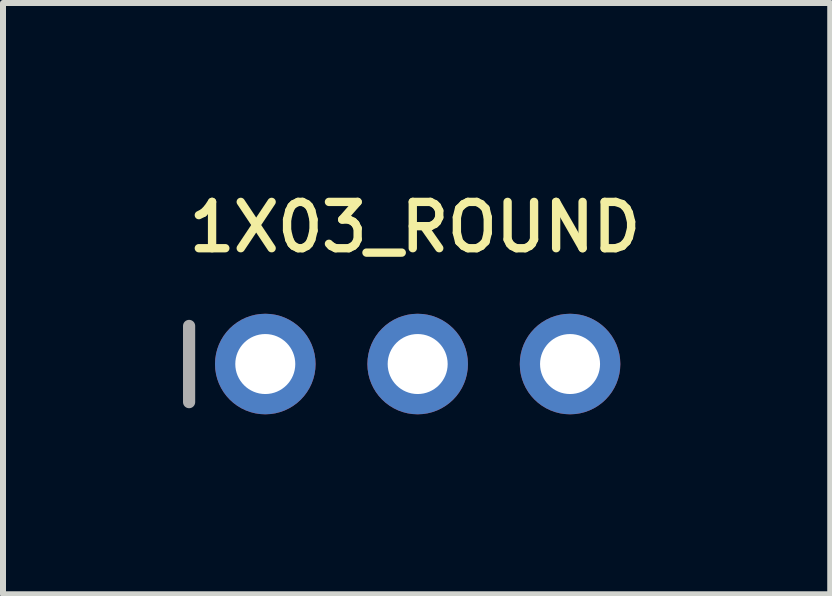
<source format=kicad_pcb>
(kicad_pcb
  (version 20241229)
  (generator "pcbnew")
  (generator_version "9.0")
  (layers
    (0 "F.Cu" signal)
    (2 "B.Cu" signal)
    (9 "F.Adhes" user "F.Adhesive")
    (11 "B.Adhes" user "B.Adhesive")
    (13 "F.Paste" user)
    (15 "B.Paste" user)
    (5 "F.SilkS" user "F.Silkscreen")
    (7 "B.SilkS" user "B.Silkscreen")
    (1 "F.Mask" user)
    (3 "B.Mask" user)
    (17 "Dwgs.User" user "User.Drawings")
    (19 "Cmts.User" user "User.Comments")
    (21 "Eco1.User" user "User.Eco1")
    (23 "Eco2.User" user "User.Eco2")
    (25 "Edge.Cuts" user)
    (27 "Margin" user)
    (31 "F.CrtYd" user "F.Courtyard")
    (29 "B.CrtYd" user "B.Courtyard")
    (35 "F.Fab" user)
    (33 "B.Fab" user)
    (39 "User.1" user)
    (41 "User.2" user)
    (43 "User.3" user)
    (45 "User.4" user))
  (footprint "1X03_ROUND"
    (layer "F.Cu")
    (at 3.912 3.018)
    (property "Reference" "1X03_ROUND" (at -3.886 -1.829 0) (layer "F.SilkS") (effects (font (size 0.772 0.772) (thickness 0.139)) (justify left bottom)))
    (attr through_hole)
    (fp_line (start -3.81 -0.635) (end -3.81 0.635) (stroke (width 0.203) (type solid)) (layer "F.Fab"))
    (fp_poly (pts (xy -2.794 0.254) (xy -2.286 0.254) (xy -2.286 -0.254) (xy -2.794 -0.254)) (stroke (width 0.1) (type solid)) (fill no) (layer "F.Fab"))
    (fp_poly (pts (xy -0.254 0.254) (xy 0.254 0.254) (xy 0.254 -0.254) (xy -0.254 -0.254)) (stroke (width 0.1) (type solid)) (fill no) (layer "F.Fab"))
    (fp_poly (pts (xy 2.286 0.254) (xy 2.794 0.254) (xy 2.794 -0.254) (xy 2.286 -0.254)) (stroke (width 0.1) (type solid)) (fill no) (layer "F.Fab"))
    (pad "1" thru_hole circle (at -2.54 0 90) (size 1.676 1.676) (drill 1) (layers "*.Cu" "*.Mask"))
    (pad "2" thru_hole circle (at 0 0 90) (size 1.676 1.676) (drill 1) (layers "*.Cu" "*.Mask"))
    (pad "3" thru_hole circle (at 2.54 0 90) (size 1.676 1.676) (drill 1) (layers "*.Cu" "*.Mask")))
  (gr_rect
    (start -3 -3)
    (end 10.789 6.856)
    (stroke (width 0.1) (type default))
    (fill no)
    (layer "Edge.Cuts")))
</source>
